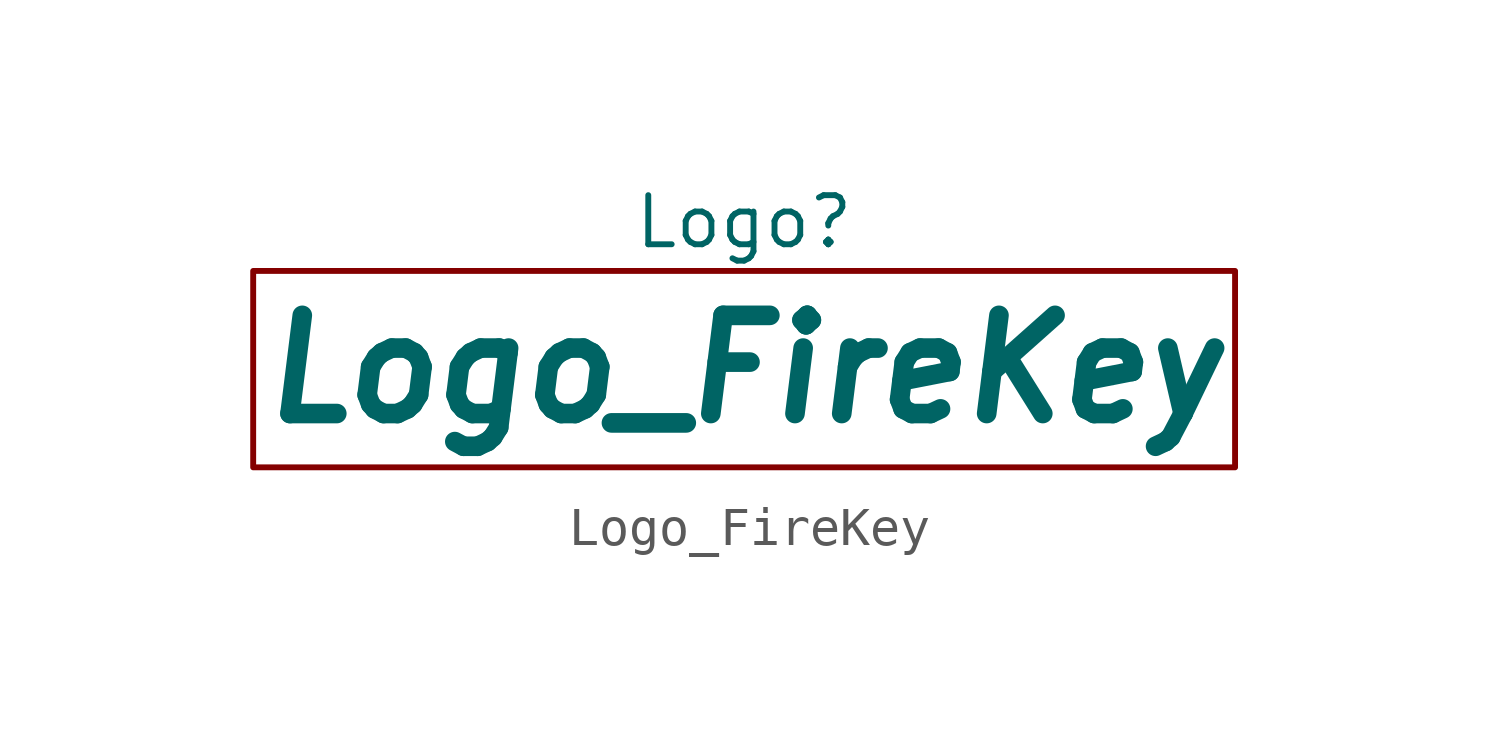
<source format=kicad_sym>
(kicad_symbol_lib
  (version 20211014)
  (generator kicad_symbol_editor)
  (symbol "Logo_FireKey"
    (pin_numbers hide)
    (pin_names hide)
    (property "Reference" "Logo"
      (at 0 1.27 0)
      (effects (font (size 1.27 1.27))))
    (property "Value" "Logo_FireKey"
      (at 0 -2.54 0)
      (effects (font (size 2.54 2.54) bold italic)))
    (symbol "Logo_FireKey_0_1"
      (rectangle (start -12.7 0) (end 12.7 -5.08) (stroke (width 0) (type default) (color 0 0 0 0)) (fill (type none))))))
</source>
